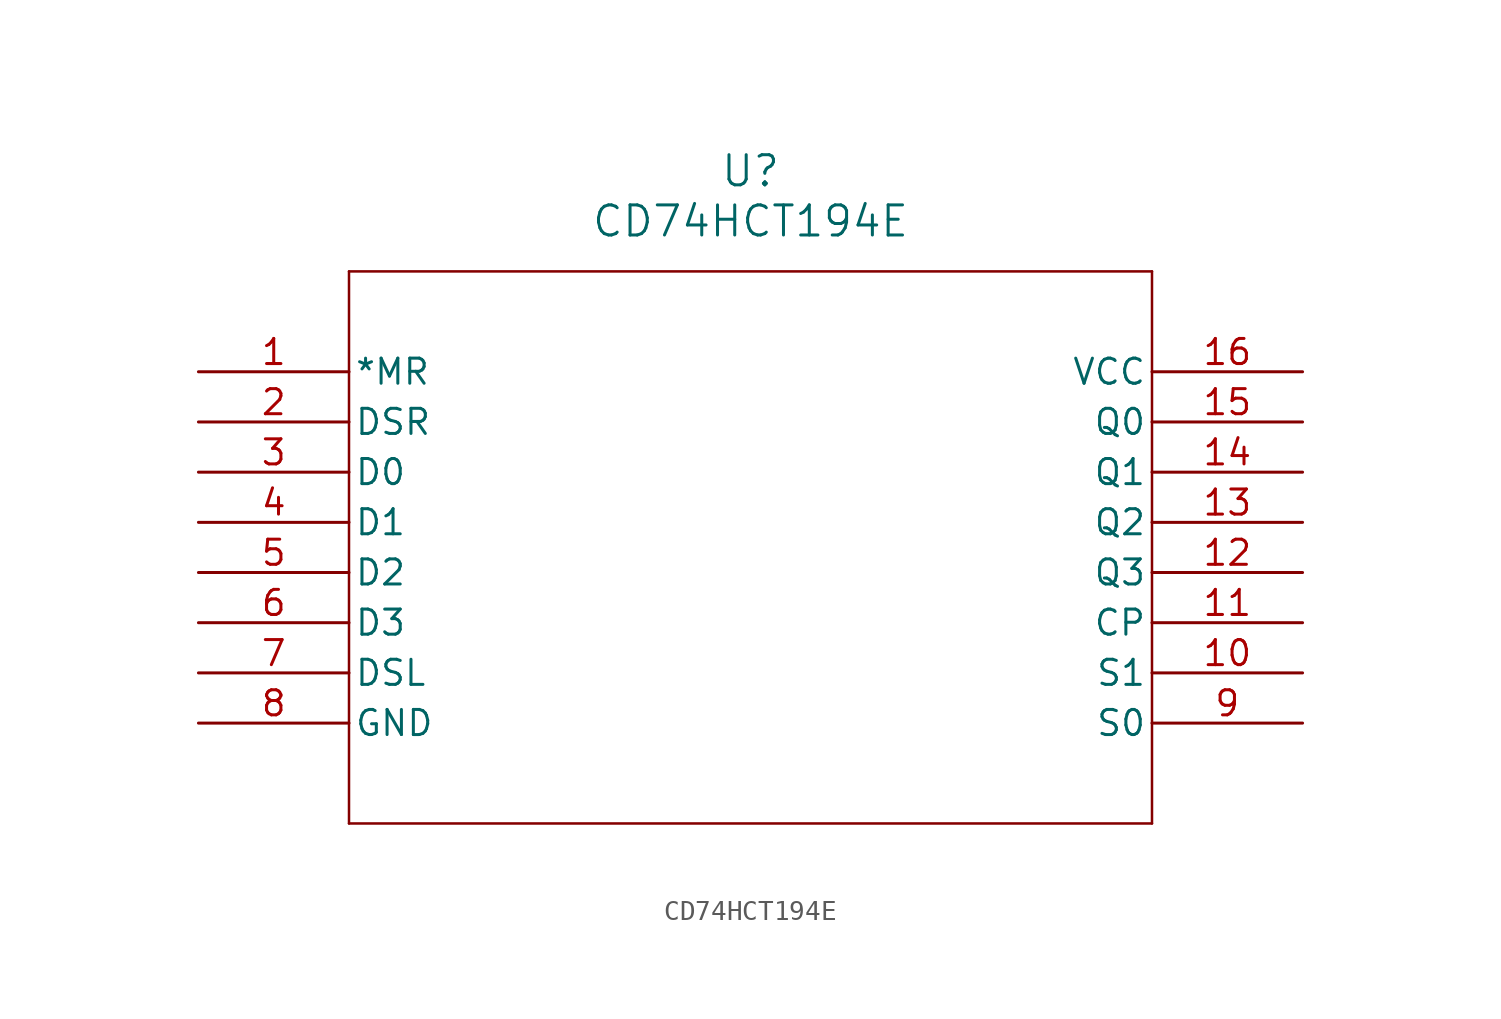
<source format=kicad_sym>
(kicad_symbol_lib
  (version 20211014)
  (generator kicad_symbol_editor)
  (symbol "CD74HCT194E"
    (pin_names
      (offset 0.254))
    (property "Reference" "U"
      (at 27.94 10.16 0)
      (effects (font (size 1.524 1.524))))
    (property "Value" "CD74HCT194E"
      (at 27.94 7.62 0)
      (effects (font (size 1.524 1.524))))
    (polyline
      (pts (xy 7.62 5.08) (xy 7.62 -22.86))
      (stroke (width 0.127) (type default) (color 0 0 0 0))
      (fill (type none)))
    (polyline
      (pts (xy 7.62 -22.86) (xy 48.26 -22.86))
      (stroke (width 0.127) (type default) (color 0 0 0 0))
      (fill (type none)))
    (polyline
      (pts (xy 48.26 -22.86) (xy 48.26 5.08))
      (stroke (width 0.127) (type default) (color 0 0 0 0))
      (fill (type none)))
    (polyline
      (pts (xy 48.26 5.08) (xy 7.62 5.08))
      (stroke (width 0.127) (type default) (color 0 0 0 0))
      (fill (type none)))
    (pin input line
      (at 0 0 0)
      (length 7.62)
      (name "*MR" (effects (font (size 1.27 1.27))))
      (number "1" (effects (font (size 1.27 1.27)))))
    (pin input line
      (at 0 -2.54 0)
      (length 7.62)
      (name "DSR" (effects (font (size 1.27 1.27))))
      (number "2" (effects (font (size 1.27 1.27)))))
    (pin input line
      (at 0 -5.08 0)
      (length 7.62)
      (name "D0" (effects (font (size 1.27 1.27))))
      (number "3" (effects (font (size 1.27 1.27)))))
    (pin input line
      (at 0 -7.62 0)
      (length 7.62)
      (name "D1" (effects (font (size 1.27 1.27))))
      (number "4" (effects (font (size 1.27 1.27)))))
    (pin input line
      (at 0 -10.16 0)
      (length 7.62)
      (name "D2" (effects (font (size 1.27 1.27))))
      (number "5" (effects (font (size 1.27 1.27)))))
    (pin input line
      (at 0 -12.7 0)
      (length 7.62)
      (name "D3" (effects (font (size 1.27 1.27))))
      (number "6" (effects (font (size 1.27 1.27)))))
    (pin input line
      (at 0 -15.24 0)
      (length 7.62)
      (name "DSL" (effects (font (size 1.27 1.27))))
      (number "7" (effects (font (size 1.27 1.27)))))
    (pin power_in line
      (at 0 -17.78 0)
      (length 7.62)
      (name "GND" (effects (font (size 1.27 1.27))))
      (number "8" (effects (font (size 1.27 1.27)))))
    (pin input line
      (at 55.88 -17.78 180)
      (length 7.62)
      (name "S0" (effects (font (size 1.27 1.27))))
      (number "9" (effects (font (size 1.27 1.27)))))
    (pin input line
      (at 55.88 -15.24 180)
      (length 7.62)
      (name "S1" (effects (font (size 1.27 1.27))))
      (number "10" (effects (font (size 1.27 1.27)))))
    (pin input line
      (at 55.88 -12.7 180)
      (length 7.62)
      (name "CP" (effects (font (size 1.27 1.27))))
      (number "11" (effects (font (size 1.27 1.27)))))
    (pin output line
      (at 55.88 -10.16 180)
      (length 7.62)
      (name "Q3" (effects (font (size 1.27 1.27))))
      (number "12" (effects (font (size 1.27 1.27)))))
    (pin output line
      (at 55.88 -7.62 180)
      (length 7.62)
      (name "Q2" (effects (font (size 1.27 1.27))))
      (number "13" (effects (font (size 1.27 1.27)))))
    (pin output line
      (at 55.88 -5.08 180)
      (length 7.62)
      (name "Q1" (effects (font (size 1.27 1.27))))
      (number "14" (effects (font (size 1.27 1.27)))))
    (pin output line
      (at 55.88 -2.54 180)
      (length 7.62)
      (name "Q0" (effects (font (size 1.27 1.27))))
      (number "15" (effects (font (size 1.27 1.27)))))
    (pin power_in line
      (at 55.88 0 180)
      (length 7.62)
      (name "VCC" (effects (font (size 1.27 1.27))))
      (number "16" (effects (font (size 1.27 1.27)))))))
</source>
